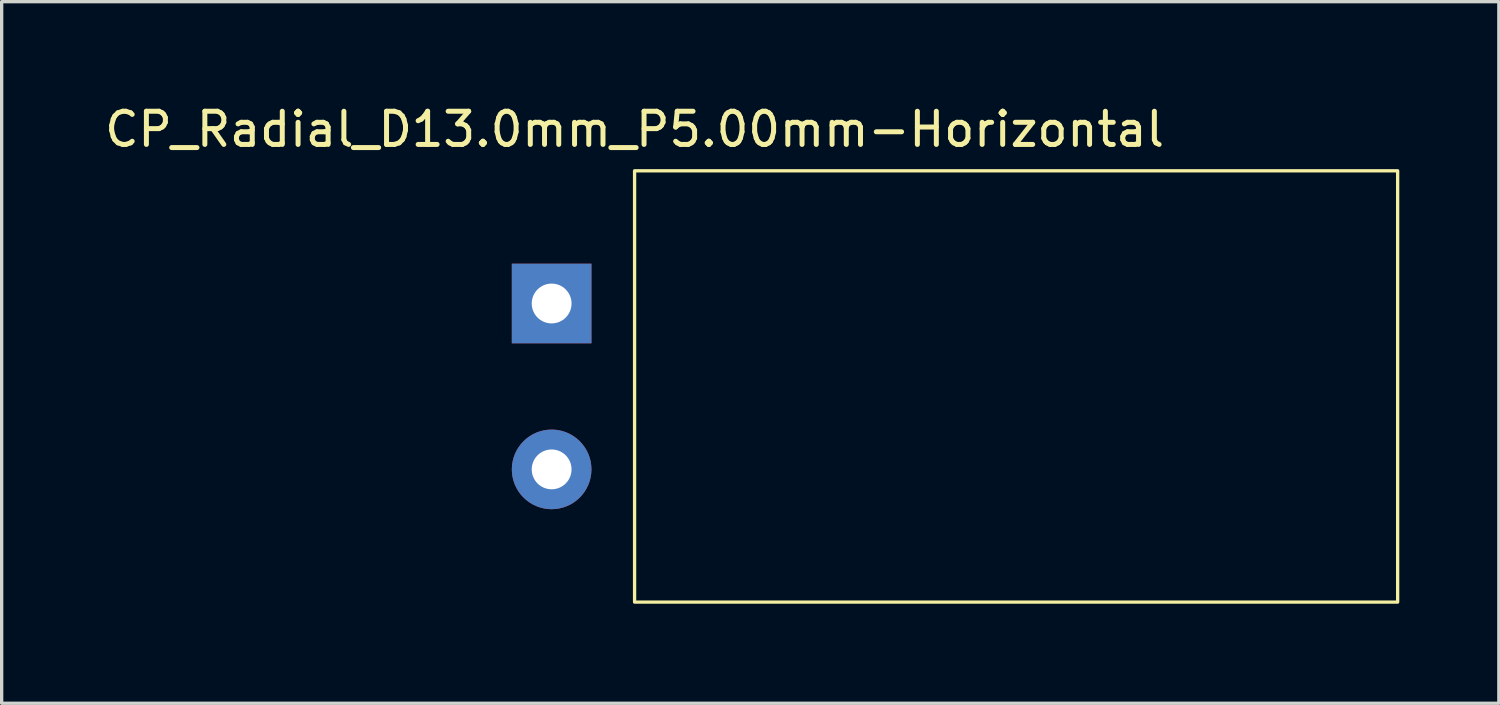
<source format=kicad_pcb>
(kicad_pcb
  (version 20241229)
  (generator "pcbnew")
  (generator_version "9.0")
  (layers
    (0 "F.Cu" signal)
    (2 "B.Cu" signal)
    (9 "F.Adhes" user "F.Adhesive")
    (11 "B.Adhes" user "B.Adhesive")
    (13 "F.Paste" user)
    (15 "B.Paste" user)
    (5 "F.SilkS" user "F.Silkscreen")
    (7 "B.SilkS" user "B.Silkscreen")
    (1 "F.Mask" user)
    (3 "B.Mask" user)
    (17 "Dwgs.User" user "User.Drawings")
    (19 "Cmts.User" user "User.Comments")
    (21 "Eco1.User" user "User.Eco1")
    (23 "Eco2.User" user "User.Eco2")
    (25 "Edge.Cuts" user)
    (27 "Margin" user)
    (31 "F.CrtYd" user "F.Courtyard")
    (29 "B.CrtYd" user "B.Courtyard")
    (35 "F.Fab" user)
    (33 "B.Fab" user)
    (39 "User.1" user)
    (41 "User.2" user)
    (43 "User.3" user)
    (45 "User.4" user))
  (footprint "CP_Radial_D13.0mm_P5.00mm-Horizontal"
    (layer "F.Cu")
    (at 13.577 8.598)
    (property "Reference" "CP_Radial_D13.0mm_P5.00mm-Horizontal" (at 2.5 -7.75 0) (layer "F.SilkS") (effects (font (size 1 1) (thickness 0.15))))
    (attr through_hole)
    (fp_rect (start 2.5 -6.5) (end 25.5 6.5) (stroke (width 0.1) (type default)) (fill no) (layer "F.SilkS"))
    (pad "1" thru_hole rect (at 0 -2.5) (size 2.4 2.4) (drill 1.2) (layers "*.Cu" "*.Mask"))
    (pad "2" thru_hole circle (at 0 2.5 270) (size 2.4 2.4) (drill 1.2) (layers "*.Cu" "*.Mask")))
  (gr_rect
    (start -3 -3)
    (end 42.127 18.148)
    (stroke (width 0.1) (type default))
    (fill no)
    (layer "Edge.Cuts")))
</source>
